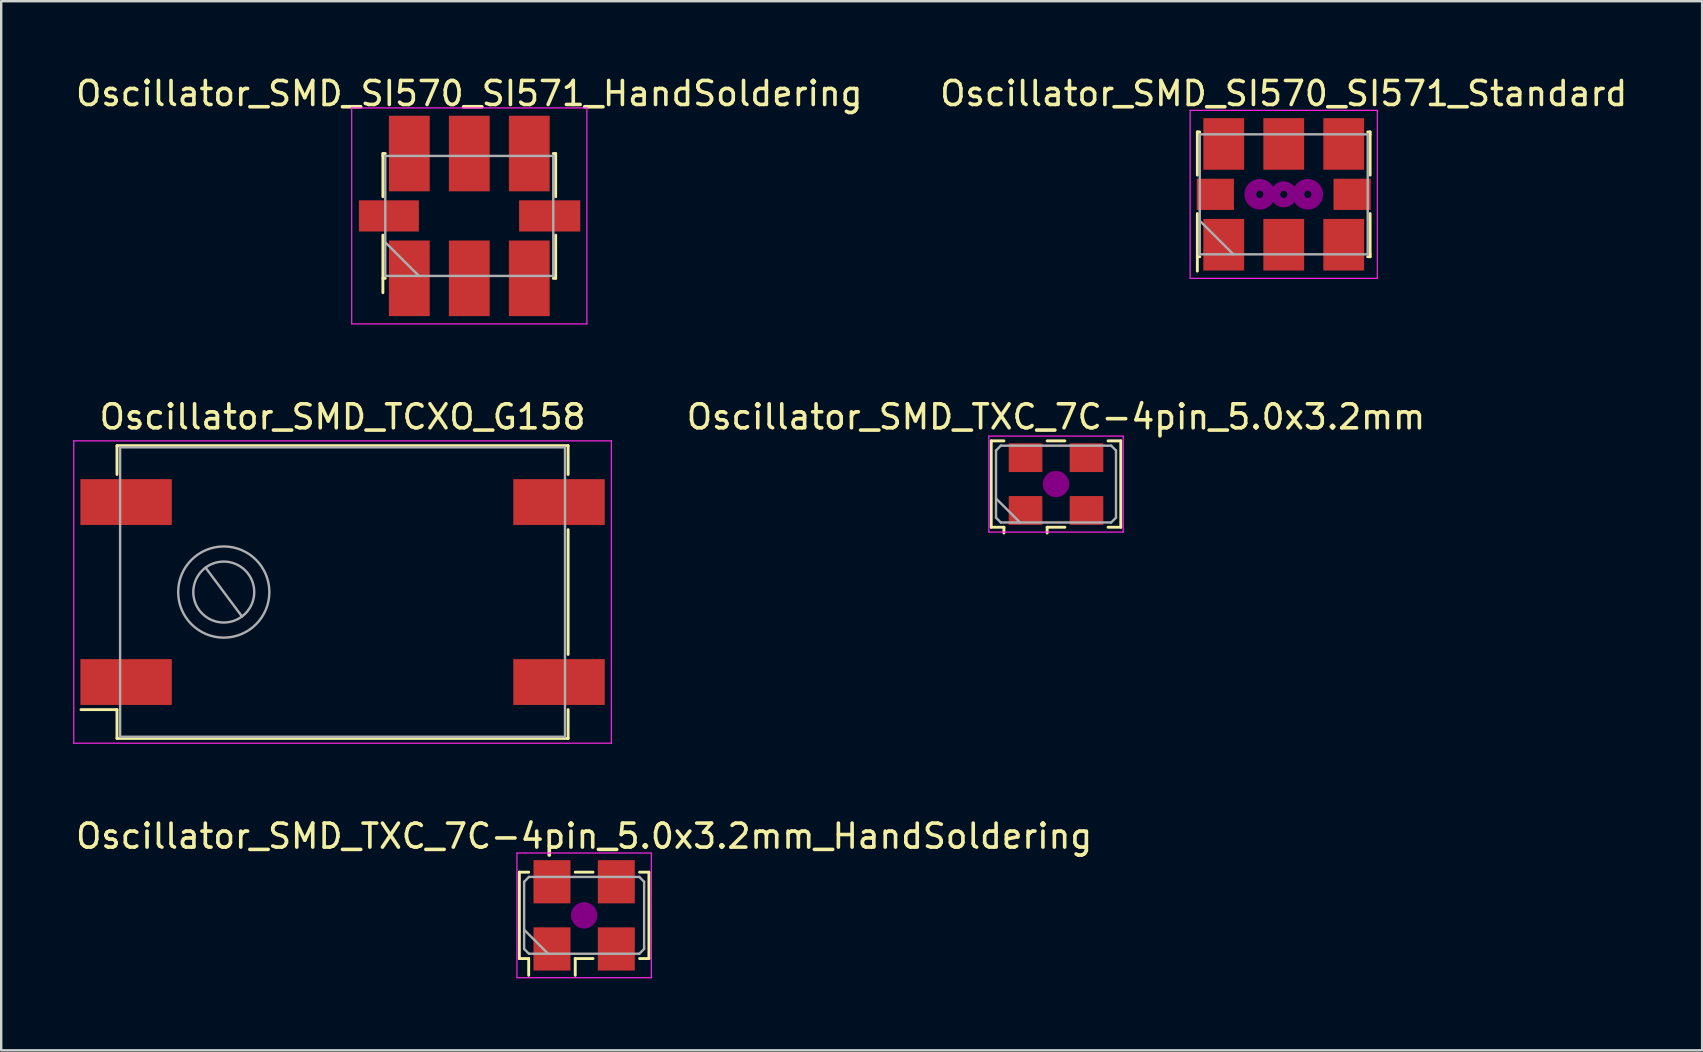
<source format=kicad_pcb>
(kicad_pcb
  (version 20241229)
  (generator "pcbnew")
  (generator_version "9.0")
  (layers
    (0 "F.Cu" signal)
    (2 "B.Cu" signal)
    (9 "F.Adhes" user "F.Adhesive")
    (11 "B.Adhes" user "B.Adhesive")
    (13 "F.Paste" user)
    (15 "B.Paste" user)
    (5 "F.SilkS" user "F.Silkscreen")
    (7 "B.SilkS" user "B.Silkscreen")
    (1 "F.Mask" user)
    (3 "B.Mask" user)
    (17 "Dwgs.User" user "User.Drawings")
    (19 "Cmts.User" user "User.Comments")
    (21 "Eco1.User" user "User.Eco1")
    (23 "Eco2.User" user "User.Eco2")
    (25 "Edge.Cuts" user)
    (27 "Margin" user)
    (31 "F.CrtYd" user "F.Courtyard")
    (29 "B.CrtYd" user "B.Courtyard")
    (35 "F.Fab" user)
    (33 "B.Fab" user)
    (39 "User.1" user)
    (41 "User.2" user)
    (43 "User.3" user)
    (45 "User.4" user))
  (footprint "Oscillator_SMD_SI570_SI571_HandSoldering"
    (layer "F.Cu")
    (at 16.506 5.948)
    (property "Reference" "Oscillator_SMD_SI570_SI571_HandSoldering" (at 0 -5.1 0) (layer "F.SilkS") (effects (font (size 1 1) (thickness 0.15))))
    (attr smd)
    (fp_line (start -3.6 -2.6) (end -3.5 -2.6) (stroke (width 0.12) (type solid)) (layer "F.SilkS"))
    (fp_line (start -3.6 -2.5) (end -3.6 -2.6) (stroke (width 0.12) (type solid)) (layer "F.SilkS"))
    (fp_line (start -3.6 -2.5) (end -3.6 -0.8) (stroke (width 0.12) (type solid)) (layer "F.SilkS"))
    (fp_line (start -3.6 0.8) (end -3.6 3.2) (stroke (width 0.12) (type solid)) (layer "F.SilkS"))
    (fp_line (start -3.6 2.6) (end -3.5 2.6) (stroke (width 0.12) (type solid)) (layer "F.SilkS"))
    (fp_line (start 3.6 -2.6) (end 3.5 -2.6) (stroke (width 0.12) (type solid)) (layer "F.SilkS"))
    (fp_line (start 3.6 -2.5) (end 3.6 -2.6) (stroke (width 0.12) (type solid)) (layer "F.SilkS"))
    (fp_line (start 3.6 -0.8) (end 3.6 -2.5) (stroke (width 0.12) (type solid)) (layer "F.SilkS"))
    (fp_line (start 3.6 2.5) (end 3.6 0.8) (stroke (width 0.12) (type solid)) (layer "F.SilkS"))
    (fp_line (start 3.6 2.5) (end 3.6 2.6) (stroke (width 0.12) (type solid)) (layer "F.SilkS"))
    (fp_line (start 3.6 2.6) (end 3.5 2.6) (stroke (width 0.12) (type solid)) (layer "F.SilkS"))
    (fp_line (start -4.9 -4.5) (end 4.9 -4.5) (stroke (width 0.05) (type solid)) (layer "F.CrtYd"))
    (fp_line (start -4.9 4.5) (end -4.9 -4.5) (stroke (width 0.05) (type solid)) (layer "F.CrtYd"))
    (fp_line (start 4.9 -4.5) (end 4.9 4.5) (stroke (width 0.05) (type solid)) (layer "F.CrtYd"))
    (fp_line (start 4.9 4.5) (end -4.9 4.5) (stroke (width 0.05) (type solid)) (layer "F.CrtYd"))
    (fp_line (start -3.5 -2.5) (end -3.5 2.5) (stroke (width 0.1) (type solid)) (layer "F.Fab"))
    (fp_line (start -3.5 1.1) (end -2.1 2.5) (stroke (width 0.1) (type solid)) (layer "F.Fab"))
    (fp_line (start -3.5 2.5) (end 3.5 2.5) (stroke (width 0.1) (type solid)) (layer "F.Fab"))
    (fp_line (start 3.5 -2.5) (end -3.5 -2.5) (stroke (width 0.1) (type solid)) (layer "F.Fab"))
    (fp_line (start 3.5 2.5) (end 3.5 -2.5) (stroke (width 0.1) (type solid)) (layer "F.Fab"))
    (pad "1" smd rect (at -2.5 2.6) (size 1.7 3.15) (layers "F.Cu" "F.Mask" "F.Paste"))
    (pad "2" smd rect (at 0 2.6) (size 1.7 3.15) (layers "F.Cu" "F.Mask" "F.Paste"))
    (pad "3" smd rect (at 2.5 2.6) (size 1.7 3.15) (layers "F.Cu" "F.Mask" "F.Paste"))
    (pad "4" smd rect (at 2.5 -2.6) (size 1.7 3.15) (layers "F.Cu" "F.Mask" "F.Paste"))
    (pad "5" smd rect (at 0 -2.6) (size 1.7 3.15) (layers "F.Cu" "F.Mask" "F.Paste"))
    (pad "6" smd rect (at -2.5 -2.6) (size 1.7 3.15) (layers "F.Cu" "F.Mask" "F.Paste"))
    (pad "7" smd rect (at -3.35 0) (size 2.5 1.3) (layers "F.Cu" "F.Mask" "F.Paste"))
    (pad "8" smd rect (at 3.35 0) (size 2.55 1.3) (layers "F.Cu" "F.Mask" "F.Paste")))
  (footprint "Oscillator_SMD_TXC_7C-4pin_5.0x3.2mm"
    (layer "F.Cu")
    (at 40.956 17.122)
    (property "Reference" "Oscillator_SMD_TXC_7C-4pin_5.0x3.2mm" (at 0 -2.8 0) (layer "F.SilkS") (effects (font (size 1 1) (thickness 0.15))))
    (attr smd)
    (fp_line (start -2.7 -1.8) (end -2.17 -1.8) (stroke (width 0.12) (type solid)) (layer "F.SilkS"))
    (fp_line (start -2.7 1.8) (end -2.7 -1.8) (stroke (width 0.12) (type solid)) (layer "F.SilkS"))
    (fp_line (start -2.17 1.8) (end -2.7 1.8) (stroke (width 0.12) (type solid)) (layer "F.SilkS"))
    (fp_line (start -2.17 2.04) (end -2.17 1.8) (stroke (width 0.12) (type solid)) (layer "F.SilkS"))
    (fp_line (start -0.37 -1.8) (end 0.37 -1.8) (stroke (width 0.12) (type solid)) (layer "F.SilkS"))
    (fp_line (start -0.37 1.8) (end -0.37 2.04) (stroke (width 0.12) (type solid)) (layer "F.SilkS"))
    (fp_line (start 0.37 1.8) (end -0.37 1.8) (stroke (width 0.12) (type solid)) (layer "F.SilkS"))
    (fp_line (start 2.17 -1.8) (end 2.7 -1.8) (stroke (width 0.12) (type solid)) (layer "F.SilkS"))
    (fp_line (start 2.7 -1.8) (end 2.7 1.8) (stroke (width 0.12) (type solid)) (layer "F.SilkS"))
    (fp_line (start 2.7 1.8) (end 2.17 1.8) (stroke (width 0.12) (type solid)) (layer "F.SilkS"))
    (fp_circle (center 0 0) (end 0.117 0) (stroke (width 0.233) (type solid)) (fill no) (layer "F.Adhes"))
    (fp_circle (center 0 0) (end 0.267 0) (stroke (width 0.167) (type solid)) (fill no) (layer "F.Adhes"))
    (fp_circle (center 0 0) (end 0.417 0) (stroke (width 0.167) (type solid)) (fill no) (layer "F.Adhes"))
    (fp_circle (center 0 0) (end 0.5 0) (stroke (width 0.1) (type solid)) (fill no) (layer "F.Adhes"))
    (fp_line (start -2.8 -2) (end -2.8 2) (stroke (width 0.05) (type solid)) (layer "F.CrtYd"))
    (fp_line (start -2.8 2) (end 2.8 2) (stroke (width 0.05) (type solid)) (layer "F.CrtYd"))
    (fp_line (start 2.8 -2) (end -2.8 -2) (stroke (width 0.05) (type solid)) (layer "F.CrtYd"))
    (fp_line (start 2.8 2) (end 2.8 -2) (stroke (width 0.05) (type solid)) (layer "F.CrtYd"))
    (fp_line (start -2.5 -1.4) (end -2.3 -1.6) (stroke (width 0.1) (type solid)) (layer "F.Fab"))
    (fp_line (start -2.5 0.6) (end -1.5 1.6) (stroke (width 0.1) (type solid)) (layer "F.Fab"))
    (fp_line (start -2.5 1.4) (end -2.5 -1.4) (stroke (width 0.1) (type solid)) (layer "F.Fab"))
    (fp_line (start -2.3 -1.6) (end 2.3 -1.6) (stroke (width 0.1) (type solid)) (layer "F.Fab"))
    (fp_line (start -2.3 1.6) (end -2.5 1.4) (stroke (width 0.1) (type solid)) (layer "F.Fab"))
    (fp_line (start 2.3 -1.6) (end 2.5 -1.4) (stroke (width 0.1) (type solid)) (layer "F.Fab"))
    (fp_line (start 2.3 1.6) (end -2.3 1.6) (stroke (width 0.1) (type solid)) (layer "F.Fab"))
    (fp_line (start 2.5 -1.4) (end 2.5 1.4) (stroke (width 0.1) (type solid)) (layer "F.Fab"))
    (fp_line (start 2.5 1.4) (end 2.3 1.6) (stroke (width 0.1) (type solid)) (layer "F.Fab"))
    (pad "1" smd rect (at -1.27 1.1) (size 1.4 1.2) (layers "F.Cu" "F.Mask"))
    (pad "2" smd rect (at 1.27 1.1) (size 1.4 1.2) (layers "F.Cu" "F.Mask"))
    (pad "3" smd rect (at 1.27 -1.1) (size 1.4 1.2) (layers "F.Cu" "F.Mask"))
    (pad "4" smd rect (at -1.27 -1.1) (size 1.4 1.2) (layers "F.Cu" "F.Mask")))
  (footprint "Oscillator_SMD_TCXO_G158"
    (layer "F.Cu")
    (at 11.225 21.622)
    (property "Reference" "Oscillator_SMD_TCXO_G158" (at 0 -7.3 0) (layer "F.SilkS") (effects (font (size 1 1) (thickness 0.15))))
    (attr smd)
    (fp_line (start -10.9 4.9) (end -9.4 4.9) (stroke (width 0.12) (type solid)) (layer "F.SilkS"))
    (fp_line (start -9.4 -6.1) (end -9.4 -4.9) (stroke (width 0.12) (type solid)) (layer "F.SilkS"))
    (fp_line (start -9.4 4.9) (end -9.4 6.1) (stroke (width 0.12) (type solid)) (layer "F.SilkS"))
    (fp_line (start -9.4 6.1) (end 9.4 6.1) (stroke (width 0.12) (type solid)) (layer "F.SilkS"))
    (fp_line (start 9.4 -6.1) (end -9.4 -6.1) (stroke (width 0.12) (type solid)) (layer "F.SilkS"))
    (fp_line (start 9.4 -4.9) (end 9.4 -6.1) (stroke (width 0.12) (type solid)) (layer "F.SilkS"))
    (fp_line (start 9.4 2.6) (end 9.4 -2.6) (stroke (width 0.12) (type solid)) (layer "F.SilkS"))
    (fp_line (start 9.4 6.1) (end 9.4 4.9) (stroke (width 0.12) (type solid)) (layer "F.SilkS"))
    (fp_line (start -11.2 -6.3) (end -11.2 6.3) (stroke (width 0.05) (type solid)) (layer "F.CrtYd"))
    (fp_line (start -11.2 6.3) (end 11.2 6.3) (stroke (width 0.05) (type solid)) (layer "F.CrtYd"))
    (fp_line (start 11.2 -6.3) (end -11.2 -6.3) (stroke (width 0.05) (type solid)) (layer "F.CrtYd"))
    (fp_line (start 11.2 6.3) (end 11.2 -6.3) (stroke (width 0.05) (type solid)) (layer "F.CrtYd"))
    (fp_line (start -9.27 -6.03) (end 9.27 -6.03) (stroke (width 0.1) (type solid)) (layer "F.Fab"))
    (fp_line (start -9.27 5.97) (end -9.27 -5.97) (stroke (width 0.1) (type solid)) (layer "F.Fab"))
    (fp_line (start -5.71 -1.02) (end -4.19 1.02) (stroke (width 0.1) (type solid)) (layer "F.Fab"))
    (fp_line (start 9.27 -5.97) (end 9.27 5.97) (stroke (width 0.1) (type solid)) (layer "F.Fab"))
    (fp_line (start 9.27 6.03) (end -9.27 6.03) (stroke (width 0.1) (type solid)) (layer "F.Fab"))
    (fp_circle (center -4.95 0) (end -3.68 0) (stroke (width 0.1) (type solid)) (fill no) (layer "F.Fab"))
    (fp_circle (center -4.95 0) (end -3.05 0) (stroke (width 0.1) (type solid)) (fill no) (layer "F.Fab"))
    (pad "1" smd rect (at -9.02 3.75) (size 3.81 1.91) (layers "F.Cu" "F.Mask" "F.Paste"))
    (pad "2" smd rect (at 9.02 3.75) (size 3.81 1.91) (layers "F.Cu" "F.Mask" "F.Paste"))
    (pad "3" smd rect (at 9.02 -3.75) (size 3.81 1.91) (layers "F.Cu" "F.Mask" "F.Paste"))
    (pad "4" smd rect (at -9.02 -3.75) (size 3.81 1.91) (layers "F.Cu" "F.Mask" "F.Paste")))
  (footprint "Oscillator_SMD_SI570_SI571_Standard"
    (layer "F.Cu")
    (at 50.446 5.048)
    (property "Reference" "Oscillator_SMD_SI570_SI571_Standard" (at 0 -4.2 0) (layer "F.SilkS") (effects (font (size 1 1) (thickness 0.15))))
    (attr smd)
    (fp_line (start -3.6 -2.6) (end -3.5 -2.6) (stroke (width 0.12) (type solid)) (layer "F.SilkS"))
    (fp_line (start -3.6 -2.5) (end -3.6 -2.6) (stroke (width 0.12) (type solid)) (layer "F.SilkS"))
    (fp_line (start -3.6 -2.5) (end -3.6 -0.8) (stroke (width 0.12) (type solid)) (layer "F.SilkS"))
    (fp_line (start -3.6 0.8) (end -3.6 3.2) (stroke (width 0.12) (type solid)) (layer "F.SilkS"))
    (fp_line (start -3.6 2.6) (end -3.5 2.6) (stroke (width 0.12) (type solid)) (layer "F.SilkS"))
    (fp_line (start 3.6 -2.6) (end 3.5 -2.6) (stroke (width 0.12) (type solid)) (layer "F.SilkS"))
    (fp_line (start 3.6 -2.5) (end 3.6 -2.6) (stroke (width 0.12) (type solid)) (layer "F.SilkS"))
    (fp_line (start 3.6 -0.8) (end 3.6 -2.5) (stroke (width 0.12) (type solid)) (layer "F.SilkS"))
    (fp_line (start 3.6 2.5) (end 3.6 0.8) (stroke (width 0.12) (type solid)) (layer "F.SilkS"))
    (fp_line (start 3.6 2.5) (end 3.6 2.6) (stroke (width 0.12) (type solid)) (layer "F.SilkS"))
    (fp_line (start 3.6 2.6) (end 3.5 2.6) (stroke (width 0.12) (type solid)) (layer "F.SilkS"))
    (fp_circle (center -1 0) (end -0.85 0) (stroke (width 0.38) (type solid)) (fill no) (layer "F.Adhes"))
    (fp_circle (center -1 0) (end -0.55 0) (stroke (width 0.38) (type solid)) (fill no) (layer "F.Adhes"))
    (fp_circle (center 0 0) (end 0.15 0) (stroke (width 0.38) (type solid)) (fill no) (layer "F.Adhes"))
    (fp_circle (center 0 0) (end 0.35 0) (stroke (width 0.38) (type solid)) (fill no) (layer "F.Adhes"))
    (fp_circle (center 1 0) (end 0.55 0) (stroke (width 0.38) (type solid)) (fill no) (layer "F.Adhes"))
    (fp_circle (center 1 0) (end 0.85 0) (stroke (width 0.38) (type solid)) (fill no) (layer "F.Adhes"))
    (fp_line (start -3.9 -3.5) (end 3.9 -3.5) (stroke (width 0.05) (type solid)) (layer "F.CrtYd"))
    (fp_line (start -3.9 3.5) (end -3.9 -3.5) (stroke (width 0.05) (type solid)) (layer "F.CrtYd"))
    (fp_line (start 3.9 -3.5) (end 3.9 3.5) (stroke (width 0.05) (type solid)) (layer "F.CrtYd"))
    (fp_line (start 3.9 3.5) (end -3.9 3.5) (stroke (width 0.05) (type solid)) (layer "F.CrtYd"))
    (fp_line (start -3.5 -2.5) (end -3.5 2.5) (stroke (width 0.1) (type solid)) (layer "F.Fab"))
    (fp_line (start -3.5 1.1) (end -2.1 2.5) (stroke (width 0.1) (type solid)) (layer "F.Fab"))
    (fp_line (start -3.5 2.5) (end 3.5 2.5) (stroke (width 0.1) (type solid)) (layer "F.Fab"))
    (fp_line (start 3.5 -2.5) (end -3.5 -2.5) (stroke (width 0.1) (type solid)) (layer "F.Fab"))
    (fp_line (start 3.5 2.5) (end 3.5 -2.5) (stroke (width 0.1) (type solid)) (layer "F.Fab"))
    (pad "1" smd rect (at -2.5 2.1) (size 1.7 2.15) (layers "F.Cu" "F.Mask" "F.Paste"))
    (pad "2" smd rect (at 0 2.1) (size 1.7 2.15) (layers "F.Cu" "F.Mask" "F.Paste"))
    (pad "3" smd rect (at 2.5 2.1) (size 1.7 2.15) (layers "F.Cu" "F.Mask" "F.Paste"))
    (pad "4" smd rect (at 2.5 -2.1) (size 1.7 2.15) (layers "F.Cu" "F.Mask" "F.Paste"))
    (pad "5" smd rect (at 0 -2.1) (size 1.7 2.15) (layers "F.Cu" "F.Mask" "F.Paste"))
    (pad "6" smd rect (at -2.5 -2.1) (size 1.7 2.15) (layers "F.Cu" "F.Mask" "F.Paste"))
    (pad "7" smd rect (at -2.85 0) (size 1.55 1.3) (layers "F.Cu" "F.Mask" "F.Paste"))
    (pad "8" smd rect (at 2.85 0) (size 1.55 1.3) (layers "F.Cu" "F.Mask" "F.Paste")))
  (footprint "Oscillator_SMD_TXC_7C-4pin_5.0x3.2mm_HandSoldering"
    (layer "F.Cu")
    (at 21.292 35.095)
    (property "Reference" "Oscillator_SMD_TXC_7C-4pin_5.0x3.2mm_HandSoldering" (at 0 -3.3 0) (layer "F.SilkS") (effects (font (size 1 1) (thickness 0.15))))
    (attr smd)
    (fp_line (start -2.7 -1.8) (end -2.31 -1.8) (stroke (width 0.12) (type solid)) (layer "F.SilkS"))
    (fp_line (start -2.7 1.8) (end -2.7 -1.8) (stroke (width 0.12) (type solid)) (layer "F.SilkS"))
    (fp_line (start -2.31 1.8) (end -2.7 1.8) (stroke (width 0.12) (type solid)) (layer "F.SilkS"))
    (fp_line (start -2.31 2.5) (end -2.31 1.8) (stroke (width 0.12) (type solid)) (layer "F.SilkS"))
    (fp_line (start -0.37 -1.8) (end 0.37 -1.8) (stroke (width 0.12) (type solid)) (layer "F.SilkS"))
    (fp_line (start -0.37 1.8) (end -0.37 2.5) (stroke (width 0.12) (type solid)) (layer "F.SilkS"))
    (fp_line (start 0.37 1.8) (end -0.37 1.8) (stroke (width 0.12) (type solid)) (layer "F.SilkS"))
    (fp_line (start 2.31 -1.8) (end 2.7 -1.8) (stroke (width 0.12) (type solid)) (layer "F.SilkS"))
    (fp_line (start 2.7 -1.8) (end 2.7 1.8) (stroke (width 0.12) (type solid)) (layer "F.SilkS"))
    (fp_line (start 2.7 1.8) (end 2.31 1.8) (stroke (width 0.12) (type solid)) (layer "F.SilkS"))
    (fp_circle (center 0 0) (end 0.117 0) (stroke (width 0.233) (type solid)) (fill no) (layer "F.Adhes"))
    (fp_circle (center 0 0) (end 0.267 0) (stroke (width 0.167) (type solid)) (fill no) (layer "F.Adhes"))
    (fp_circle (center 0 0) (end 0.417 0) (stroke (width 0.167) (type solid)) (fill no) (layer "F.Adhes"))
    (fp_circle (center 0 0) (end 0.5 0) (stroke (width 0.1) (type solid)) (fill no) (layer "F.Adhes"))
    (fp_line (start -2.8 -2.6) (end -2.8 2.6) (stroke (width 0.05) (type solid)) (layer "F.CrtYd"))
    (fp_line (start -2.8 2.6) (end 2.8 2.6) (stroke (width 0.05) (type solid)) (layer "F.CrtYd"))
    (fp_line (start 2.8 -2.6) (end -2.8 -2.6) (stroke (width 0.05) (type solid)) (layer "F.CrtYd"))
    (fp_line (start 2.8 2.6) (end 2.8 -2.6) (stroke (width 0.05) (type solid)) (layer "F.CrtYd"))
    (fp_line (start -2.5 -1.4) (end -2.3 -1.6) (stroke (width 0.1) (type solid)) (layer "F.Fab"))
    (fp_line (start -2.5 0.6) (end -1.5 1.6) (stroke (width 0.1) (type solid)) (layer "F.Fab"))
    (fp_line (start -2.5 1.4) (end -2.5 -1.4) (stroke (width 0.1) (type solid)) (layer "F.Fab"))
    (fp_line (start -2.3 -1.6) (end 2.3 -1.6) (stroke (width 0.1) (type solid)) (layer "F.Fab"))
    (fp_line (start -2.3 1.6) (end -2.5 1.4) (stroke (width 0.1) (type solid)) (layer "F.Fab"))
    (fp_line (start 2.3 -1.6) (end 2.5 -1.4) (stroke (width 0.1) (type solid)) (layer "F.Fab"))
    (fp_line (start 2.3 1.6) (end -2.3 1.6) (stroke (width 0.1) (type solid)) (layer "F.Fab"))
    (fp_line (start 2.5 -1.4) (end 2.5 1.4) (stroke (width 0.1) (type solid)) (layer "F.Fab"))
    (fp_line (start 2.5 1.4) (end 2.3 1.6) (stroke (width 0.1) (type solid)) (layer "F.Fab"))
    (pad "1" smd rect (at -1.34 1.4) (size 1.54 1.8) (layers "F.Cu" "F.Mask"))
    (pad "2" smd rect (at 1.34 1.4) (size 1.54 1.8) (layers "F.Cu" "F.Mask"))
    (pad "3" smd rect (at 1.34 -1.4) (size 1.54 1.8) (layers "F.Cu" "F.Mask"))
    (pad "4" smd rect (at -1.34 -1.4) (size 1.54 1.8) (layers "F.Cu" "F.Mask")))
  (gr_rect
    (start -3 -3)
    (end 67.881 40.72)
    (stroke (width 0.1) (type default))
    (fill no)
    (layer "Edge.Cuts")))
</source>
